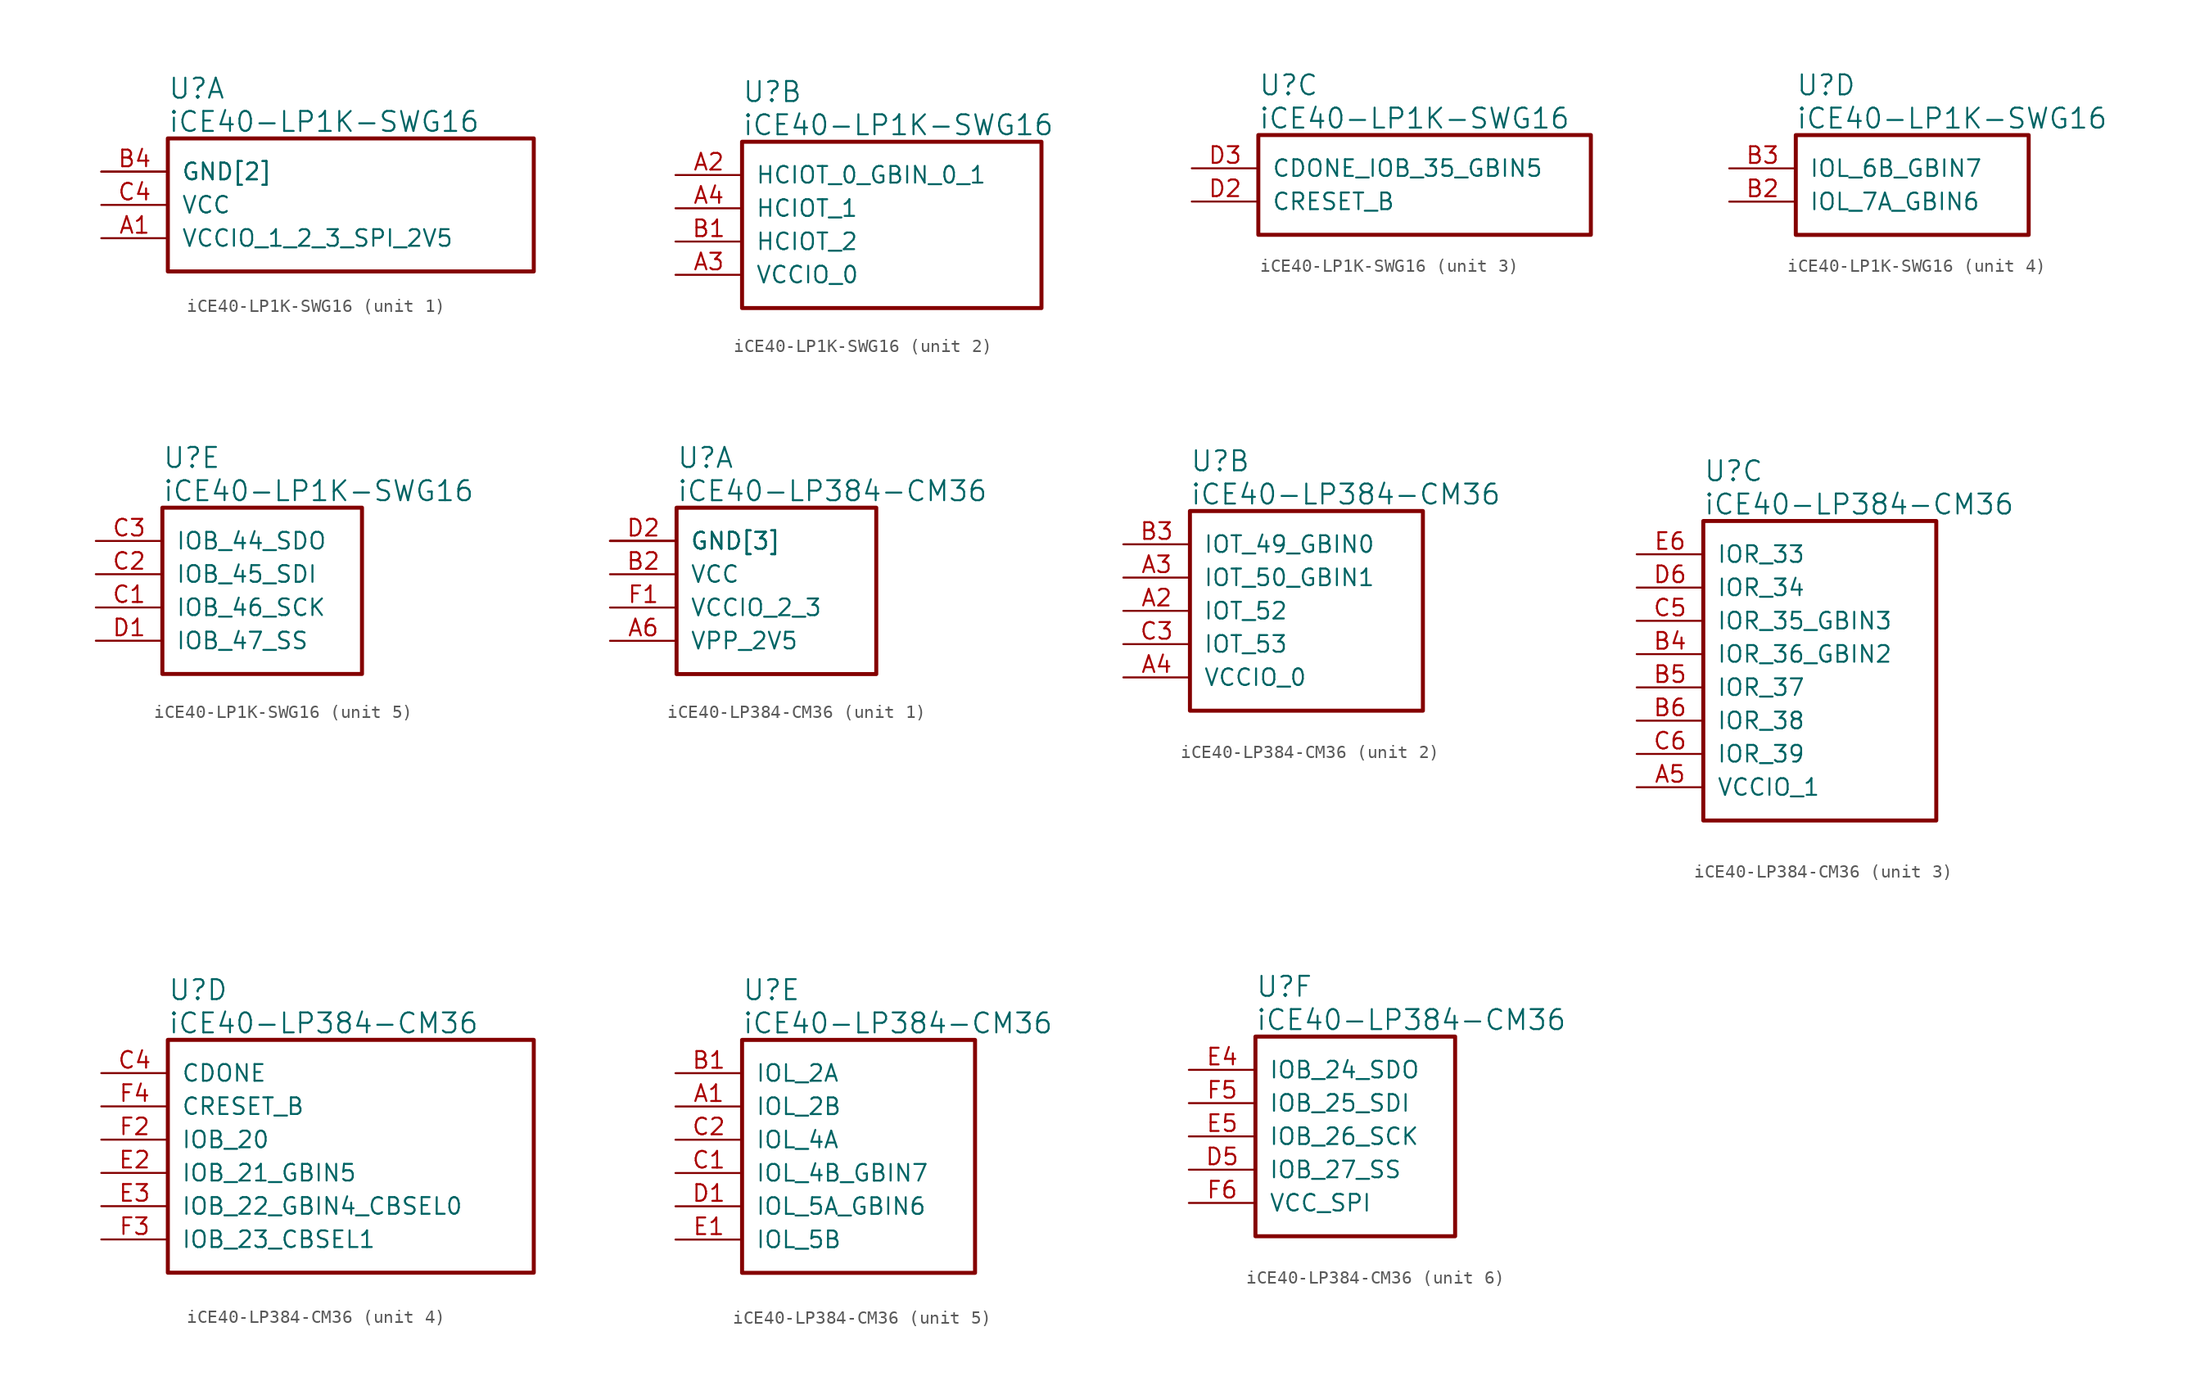
<source format=kicad_sym>
(kicad_symbol_lib
  (version 20241209)
  (generator "kicad_symbol_editor")
  (generator_version "9.0")
  (symbol "iCE40-LP1K-SWG16"
    (pin_names
      (offset 1.016))
    (property "Reference" "U"
      (at 5.08 6.35 0)
      (effects (font (size 1.524 1.524)) (justify left)))
    (property "Value" "iCE40-LP1K-SWG16"
      (at 5.08 3.81 0)
      (effects (font (size 1.524 1.524)) (justify left)))
    (property "ki_locked" ""
      (at 0 0 0)
      (effects (font (size 1.27 1.27))))
    (symbol "iCE40-LP1K-SWG16_1_1"
      (rectangle (start 5.08 2.54) (end 33.02 -7.62) (stroke (width 0.305) (type solid)) (fill (type none)))
      (pin power_in line (at 0 0 0) (length 5.08) (name "GND[2]" (effects (font (size 1.27 1.27)))) (number "B4" (effects (font (size 1.27 1.27)))))
      (pin power_in line (at 0 0 0) (length 5.08) (name "GND[2]" (effects (font (size 1.27 1.27)))) (number "D4" (effects (font (size 0 0)))))
      (pin power_in line (at 0 -2.54 0) (length 5.08) (name "VCC" (effects (font (size 1.27 1.27)))) (number "C4" (effects (font (size 1.27 1.27)))))
      (pin power_in line (at 0 -5.08 0) (length 5.08) (name "VCCIO_1_2_3_SPI_2V5" (effects (font (size 1.27 1.27)))) (number "A1" (effects (font (size 1.27 1.27))))))
    (symbol "iCE40-LP1K-SWG16_2_1"
      (rectangle (start 5.08 2.54) (end 27.94 -10.16) (stroke (width 0.305) (type solid)) (fill (type none)))
      (pin bidirectional line (at 0 0 0) (length 5.08) (name "HCIOT_0_GBIN_0_1" (effects (font (size 1.27 1.27)))) (number "A2" (effects (font (size 1.27 1.27)))))
      (pin bidirectional line (at 0 -2.54 0) (length 5.08) (name "HCIOT_1" (effects (font (size 1.27 1.27)))) (number "A4" (effects (font (size 1.27 1.27)))))
      (pin bidirectional line (at 0 -5.08 0) (length 5.08) (name "HCIOT_2" (effects (font (size 1.27 1.27)))) (number "B1" (effects (font (size 1.27 1.27)))))
      (pin power_in line (at 0 -7.62 0) (length 5.08) (name "VCCIO_0" (effects (font (size 1.27 1.27)))) (number "A3" (effects (font (size 1.27 1.27))))))
    (symbol "iCE40-LP1K-SWG16_3_1"
      (rectangle (start 5.08 2.54) (end 30.48 -5.08) (stroke (width 0.305) (type solid)) (fill (type none)))
      (pin output line (at 0 0 0) (length 5.08) (name "CDONE_IOB_35_GBIN5" (effects (font (size 1.27 1.27)))) (number "D3" (effects (font (size 1.27 1.27)))))
      (pin input line (at 0 -2.54 0) (length 5.08) (name "CRESET_B" (effects (font (size 1.27 1.27)))) (number "D2" (effects (font (size 1.27 1.27))))))
    (symbol "iCE40-LP1K-SWG16_4_1"
      (rectangle (start 5.08 2.54) (end 22.86 -5.08) (stroke (width 0.305) (type solid)) (fill (type none)))
      (pin bidirectional line (at 0 0 0) (length 5.08) (name "IOL_6B_GBIN7" (effects (font (size 1.27 1.27)))) (number "B3" (effects (font (size 1.27 1.27)))))
      (pin bidirectional line (at 0 -2.54 0) (length 5.08) (name "IOL_7A_GBIN6" (effects (font (size 1.27 1.27)))) (number "B2" (effects (font (size 1.27 1.27))))))
    (symbol "iCE40-LP1K-SWG16_5_1"
      (rectangle (start 5.08 2.54) (end 20.32 -10.16) (stroke (width 0.305) (type solid)) (fill (type none)))
      (pin bidirectional line (at 0 0 0) (length 5.08) (name "IOB_44_SDO" (effects (font (size 1.27 1.27)))) (number "C3" (effects (font (size 1.27 1.27)))))
      (pin bidirectional line (at 0 -2.54 0) (length 5.08) (name "IOB_45_SDI" (effects (font (size 1.27 1.27)))) (number "C2" (effects (font (size 1.27 1.27)))))
      (pin bidirectional line (at 0 -5.08 0) (length 5.08) (name "IOB_46_SCK" (effects (font (size 1.27 1.27)))) (number "C1" (effects (font (size 1.27 1.27)))))
      (pin bidirectional line (at 0 -7.62 0) (length 5.08) (name "IOB_47_SS" (effects (font (size 1.27 1.27)))) (number "D1" (effects (font (size 1.27 1.27)))))))
  (symbol "iCE40-LP384-CM36"
    (pin_names
      (offset 1.016))
    (property "Reference" "U"
      (at 5.08 6.35 0)
      (effects (font (size 1.524 1.524)) (justify left)))
    (property "Value" "iCE40-LP384-CM36"
      (at 5.08 3.81 0)
      (effects (font (size 1.524 1.524)) (justify left)))
    (property "ki_locked" ""
      (at 0 0 0)
      (effects (font (size 1.27 1.27))))
    (symbol "iCE40-LP384-CM36_1_1"
      (rectangle (start 5.08 2.54) (end 20.32 -10.16) (stroke (width 0.305) (type solid)) (fill (type none)))
      (pin power_in line (at 0 0 0) (length 5.08) (name "GND[3]" (effects (font (size 1.27 1.27)))) (number "D2" (effects (font (size 1.27 1.27)))))
      (pin power_in line (at 0 0 0) (length 5.08) (name "GND[3]" (effects (font (size 1.27 1.27)))) (number "D3" (effects (font (size 0 0)))))
      (pin power_in line (at 0 0 0) (length 5.08) (name "GND[3]" (effects (font (size 1.27 1.27)))) (number "D4" (effects (font (size 0 0)))))
      (pin power_in line (at 0 -2.54 0) (length 5.08) (name "VCC" (effects (font (size 1.27 1.27)))) (number "B2" (effects (font (size 1.27 1.27)))))
      (pin power_in line (at 0 -5.08 0) (length 5.08) (name "VCCIO_2_3" (effects (font (size 1.27 1.27)))) (number "F1" (effects (font (size 1.27 1.27)))))
      (pin power_in line (at 0 -7.62 0) (length 5.08) (name "VPP_2V5" (effects (font (size 1.27 1.27)))) (number "A6" (effects (font (size 1.27 1.27))))))
    (symbol "iCE40-LP384-CM36_2_1"
      (rectangle (start 5.08 2.54) (end 22.86 -12.7) (stroke (width 0.305) (type solid)) (fill (type none)))
      (pin bidirectional line (at 0 0 0) (length 5.08) (name "IOT_49_GBIN0" (effects (font (size 1.27 1.27)))) (number "B3" (effects (font (size 1.27 1.27)))))
      (pin bidirectional line (at 0 -2.54 0) (length 5.08) (name "IOT_50_GBIN1" (effects (font (size 1.27 1.27)))) (number "A3" (effects (font (size 1.27 1.27)))))
      (pin bidirectional line (at 0 -5.08 0) (length 5.08) (name "IOT_52" (effects (font (size 1.27 1.27)))) (number "A2" (effects (font (size 1.27 1.27)))))
      (pin bidirectional line (at 0 -7.62 0) (length 5.08) (name "IOT_53" (effects (font (size 1.27 1.27)))) (number "C3" (effects (font (size 1.27 1.27)))))
      (pin power_in line (at 0 -10.16 0) (length 5.08) (name "VCCIO_0" (effects (font (size 1.27 1.27)))) (number "A4" (effects (font (size 1.27 1.27))))))
    (symbol "iCE40-LP384-CM36_3_1"
      (rectangle (start 5.08 2.54) (end 22.86 -20.32) (stroke (width 0.305) (type solid)) (fill (type none)))
      (pin bidirectional line (at 0 0 0) (length 5.08) (name "IOR_33" (effects (font (size 1.27 1.27)))) (number "E6" (effects (font (size 1.27 1.27)))))
      (pin bidirectional line (at 0 -2.54 0) (length 5.08) (name "IOR_34" (effects (font (size 1.27 1.27)))) (number "D6" (effects (font (size 1.27 1.27)))))
      (pin bidirectional line (at 0 -5.08 0) (length 5.08) (name "IOR_35_GBIN3" (effects (font (size 1.27 1.27)))) (number "C5" (effects (font (size 1.27 1.27)))))
      (pin bidirectional line (at 0 -7.62 0) (length 5.08) (name "IOR_36_GBIN2" (effects (font (size 1.27 1.27)))) (number "B4" (effects (font (size 1.27 1.27)))))
      (pin bidirectional line (at 0 -10.16 0) (length 5.08) (name "IOR_37" (effects (font (size 1.27 1.27)))) (number "B5" (effects (font (size 1.27 1.27)))))
      (pin bidirectional line (at 0 -12.7 0) (length 5.08) (name "IOR_38" (effects (font (size 1.27 1.27)))) (number "B6" (effects (font (size 1.27 1.27)))))
      (pin bidirectional line (at 0 -15.24 0) (length 5.08) (name "IOR_39" (effects (font (size 1.27 1.27)))) (number "C6" (effects (font (size 1.27 1.27)))))
      (pin power_in line (at 0 -17.78 0) (length 5.08) (name "VCCIO_1" (effects (font (size 1.27 1.27)))) (number "A5" (effects (font (size 1.27 1.27))))))
    (symbol "iCE40-LP384-CM36_4_1"
      (rectangle (start 5.08 2.54) (end 33.02 -15.24) (stroke (width 0.305) (type solid)) (fill (type none)))
      (pin output line (at 0 0 0) (length 5.08) (name "CDONE" (effects (font (size 1.27 1.27)))) (number "C4" (effects (font (size 1.27 1.27)))))
      (pin input line (at 0 -2.54 0) (length 5.08) (name "CRESET_B" (effects (font (size 1.27 1.27)))) (number "F4" (effects (font (size 1.27 1.27)))))
      (pin bidirectional line (at 0 -5.08 0) (length 5.08) (name "IOB_20" (effects (font (size 1.27 1.27)))) (number "F2" (effects (font (size 1.27 1.27)))))
      (pin bidirectional line (at 0 -7.62 0) (length 5.08) (name "IOB_21_GBIN5" (effects (font (size 1.27 1.27)))) (number "E2" (effects (font (size 1.27 1.27)))))
      (pin bidirectional line (at 0 -10.16 0) (length 5.08) (name "IOB_22_GBIN4_CBSEL0" (effects (font (size 1.27 1.27)))) (number "E3" (effects (font (size 1.27 1.27)))))
      (pin bidirectional line (at 0 -12.7 0) (length 5.08) (name "IOB_23_CBSEL1" (effects (font (size 1.27 1.27)))) (number "F3" (effects (font (size 1.27 1.27))))))
    (symbol "iCE40-LP384-CM36_5_1"
      (rectangle (start 5.08 2.54) (end 22.86 -15.24) (stroke (width 0.305) (type solid)) (fill (type none)))
      (pin bidirectional line (at 0 0 0) (length 5.08) (name "IOL_2A" (effects (font (size 1.27 1.27)))) (number "B1" (effects (font (size 1.27 1.27)))))
      (pin bidirectional line (at 0 -2.54 0) (length 5.08) (name "IOL_2B" (effects (font (size 1.27 1.27)))) (number "A1" (effects (font (size 1.27 1.27)))))
      (pin bidirectional line (at 0 -5.08 0) (length 5.08) (name "IOL_4A" (effects (font (size 1.27 1.27)))) (number "C2" (effects (font (size 1.27 1.27)))))
      (pin bidirectional line (at 0 -7.62 0) (length 5.08) (name "IOL_4B_GBIN7" (effects (font (size 1.27 1.27)))) (number "C1" (effects (font (size 1.27 1.27)))))
      (pin bidirectional line (at 0 -10.16 0) (length 5.08) (name "IOL_5A_GBIN6" (effects (font (size 1.27 1.27)))) (number "D1" (effects (font (size 1.27 1.27)))))
      (pin bidirectional line (at 0 -12.7 0) (length 5.08) (name "IOL_5B" (effects (font (size 1.27 1.27)))) (number "E1" (effects (font (size 1.27 1.27))))))
    (symbol "iCE40-LP384-CM36_6_1"
      (rectangle (start 5.08 2.54) (end 20.32 -12.7) (stroke (width 0.305) (type solid)) (fill (type none)))
      (pin bidirectional line (at 0 0 0) (length 5.08) (name "IOB_24_SDO" (effects (font (size 1.27 1.27)))) (number "E4" (effects (font (size 1.27 1.27)))))
      (pin bidirectional line (at 0 -2.54 0) (length 5.08) (name "IOB_25_SDI" (effects (font (size 1.27 1.27)))) (number "F5" (effects (font (size 1.27 1.27)))))
      (pin bidirectional line (at 0 -5.08 0) (length 5.08) (name "IOB_26_SCK" (effects (font (size 1.27 1.27)))) (number "E5" (effects (font (size 1.27 1.27)))))
      (pin bidirectional line (at 0 -7.62 0) (length 5.08) (name "IOB_27_SS" (effects (font (size 1.27 1.27)))) (number "D5" (effects (font (size 1.27 1.27)))))
      (pin power_in line (at 0 -10.16 0) (length 5.08) (name "VCC_SPI" (effects (font (size 1.27 1.27)))) (number "F6" (effects (font (size 1.27 1.27))))))))
</source>
